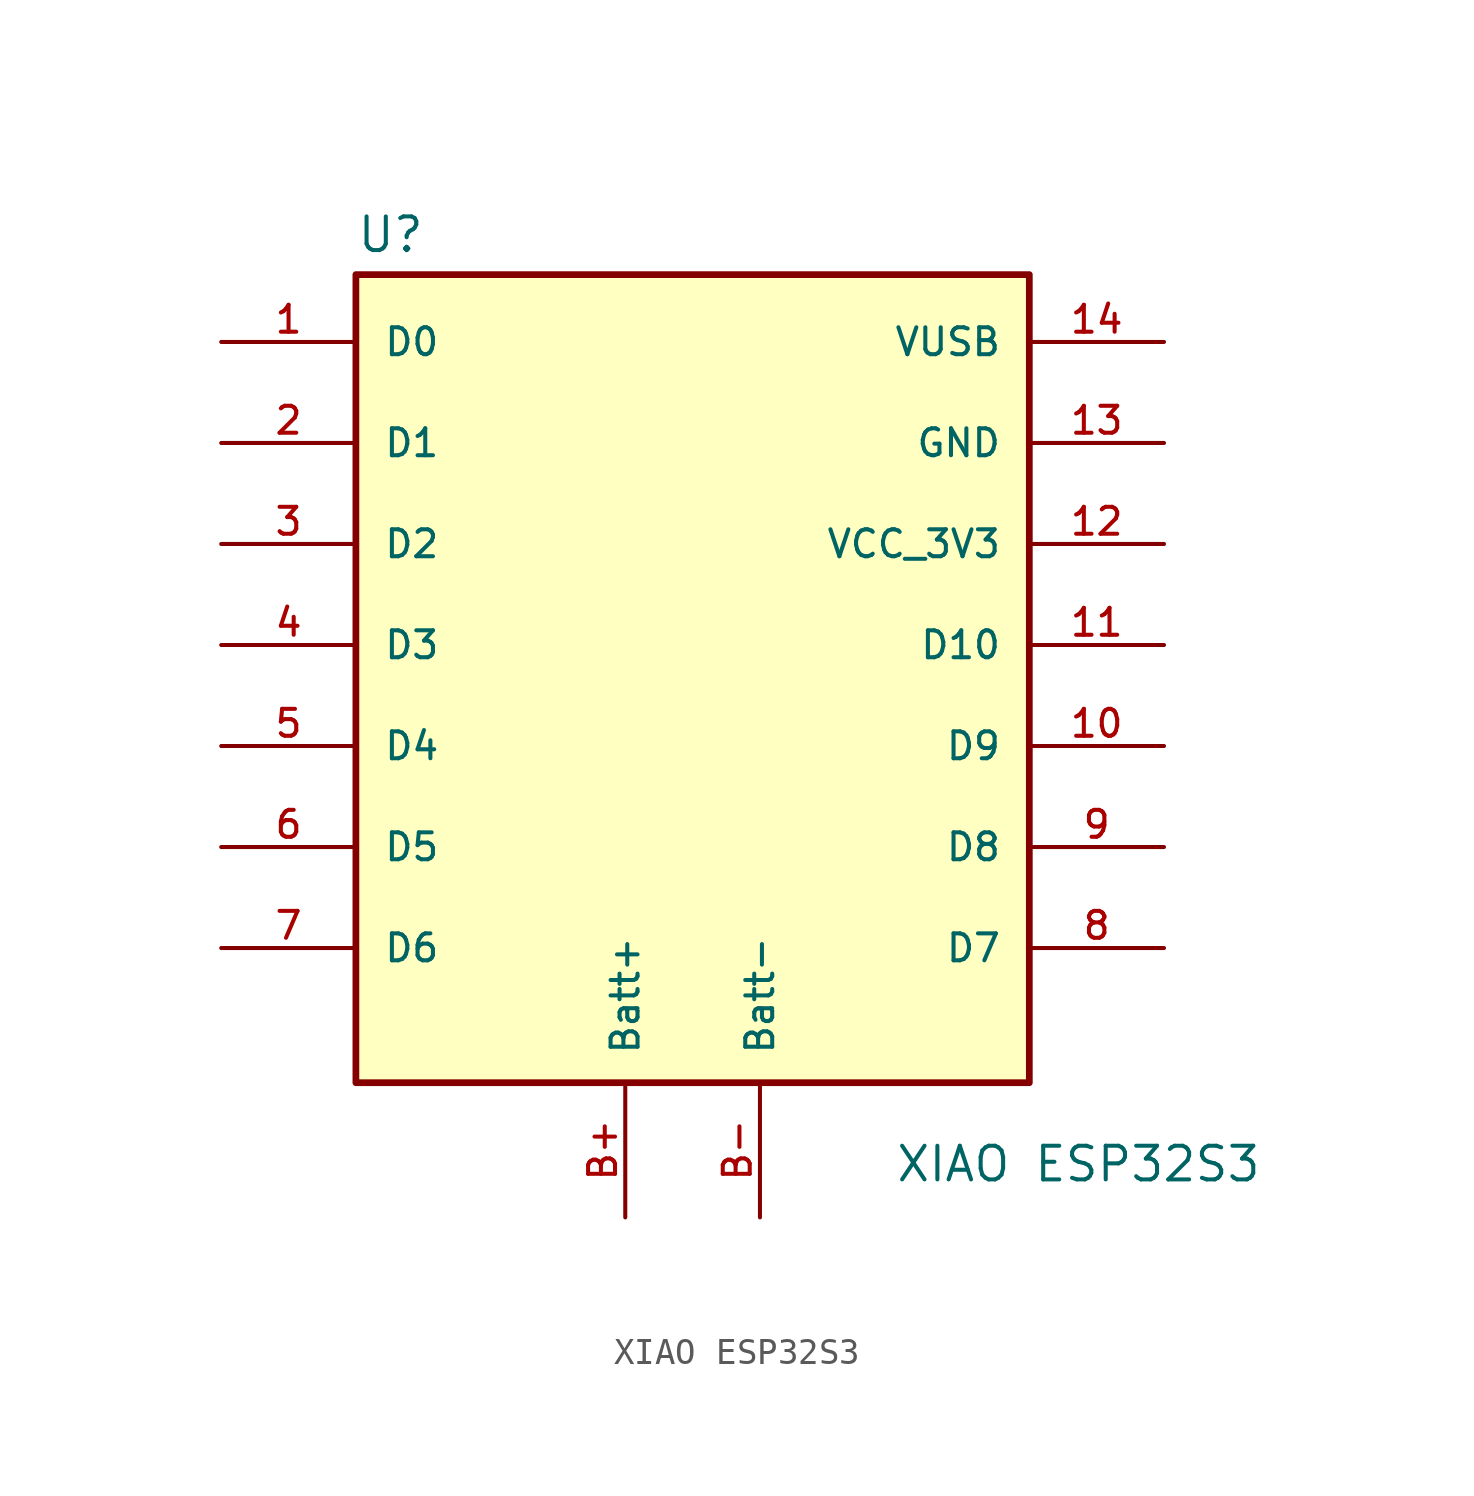
<source format=kicad_sym>
(kicad_symbol_lib
  (version 20241209)
  (generator "kicad_symbol_editor")
  (generator_version "9.0")
  (symbol "XIAO ESP32S3"
    (pin_names
      (offset 1.016))
    (property "Reference" "U"
      (at -12.7 16.002 0)
      (effects (font (size 1.27 1.27)) (justify left bottom)))
    (property "Value" "XIAO ESP32S3"
      (at 7.62 -19.05 0)
      (effects (font (size 1.27 1.27)) (justify left bottom)))
    (symbol "XIAO ESP32S3_0_0"
      (rectangle (start -12.7 15.24) (end 12.7 -15.24) (stroke (width 0.254) (type default)) (fill (type background)))
      (pin bidirectional line (at -17.78 12.7 0) (length 5.08) (name "D0" (effects (font (size 1.016 1.016)))) (number "1" (effects (font (size 1.016 1.016)))))
      (pin bidirectional line (at -17.78 8.89 0) (length 5.08) (name "D1" (effects (font (size 1.016 1.016)))) (number "2" (effects (font (size 1.016 1.016)))))
      (pin bidirectional line (at -17.78 5.08 0) (length 5.08) (name "D2" (effects (font (size 1.016 1.016)))) (number "3" (effects (font (size 1.016 1.016)))))
      (pin bidirectional line (at -17.78 1.27 0) (length 5.08) (name "D3" (effects (font (size 1.016 1.016)))) (number "4" (effects (font (size 1.016 1.016)))))
      (pin bidirectional line (at -17.78 -2.54 0) (length 5.08) (name "D4" (effects (font (size 1.016 1.016)))) (number "5" (effects (font (size 1.016 1.016)))))
      (pin bidirectional line (at -17.78 -6.35 0) (length 5.08) (name "D5" (effects (font (size 1.016 1.016)))) (number "6" (effects (font (size 1.016 1.016)))))
      (pin power_in line (at 17.78 12.7 180) (length 5.08) (name "VUSB" (effects (font (size 1.016 1.016)))) (number "14" (effects (font (size 1.016 1.016)))))
      (pin power_in line (at 17.78 8.89 180) (length 5.08) (name "GND" (effects (font (size 1.016 1.016)))) (number "13" (effects (font (size 1.016 1.016)))))
      (pin power_in line (at 17.78 5.08 180) (length 5.08) (name "VCC_3V3" (effects (font (size 1.016 1.016)))) (number "12" (effects (font (size 1.016 1.016)))))
      (pin bidirectional line (at 17.78 1.27 180) (length 5.08) (name "D10" (effects (font (size 1.016 1.016)))) (number "11" (effects (font (size 1.016 1.016)))))
      (pin bidirectional line (at 17.78 -2.54 180) (length 5.08) (name "D9" (effects (font (size 1.016 1.016)))) (number "10" (effects (font (size 1.016 1.016)))))
      (pin bidirectional line (at 17.78 -6.35 180) (length 5.08) (name "D8" (effects (font (size 1.016 1.016)))) (number "9" (effects (font (size 1.016 1.016))))))
    (symbol "XIAO ESP32S3_1_0"
      (pin bidirectional line (at -17.78 -10.16 0) (length 5.08) (name "D6" (effects (font (size 1.016 1.016)))) (number "7" (effects (font (size 1.016 1.016)))))
      (pin power_in line (at -2.54 -20.32 90) (length 5.08) (name "Batt+" (effects (font (size 1.016 1.016)))) (number "B+" (effects (font (size 1.016 1.016)))))
      (pin power_in line (at 2.54 -20.32 90) (length 5.08) (name "Batt-" (effects (font (size 1.016 1.016)))) (number "B-" (effects (font (size 1.016 1.016)))))
      (pin bidirectional line (at 17.78 -10.16 180) (length 5.08) (name "D7" (effects (font (size 1.016 1.016)))) (number "8" (effects (font (size 1.016 1.016))))))))
</source>
